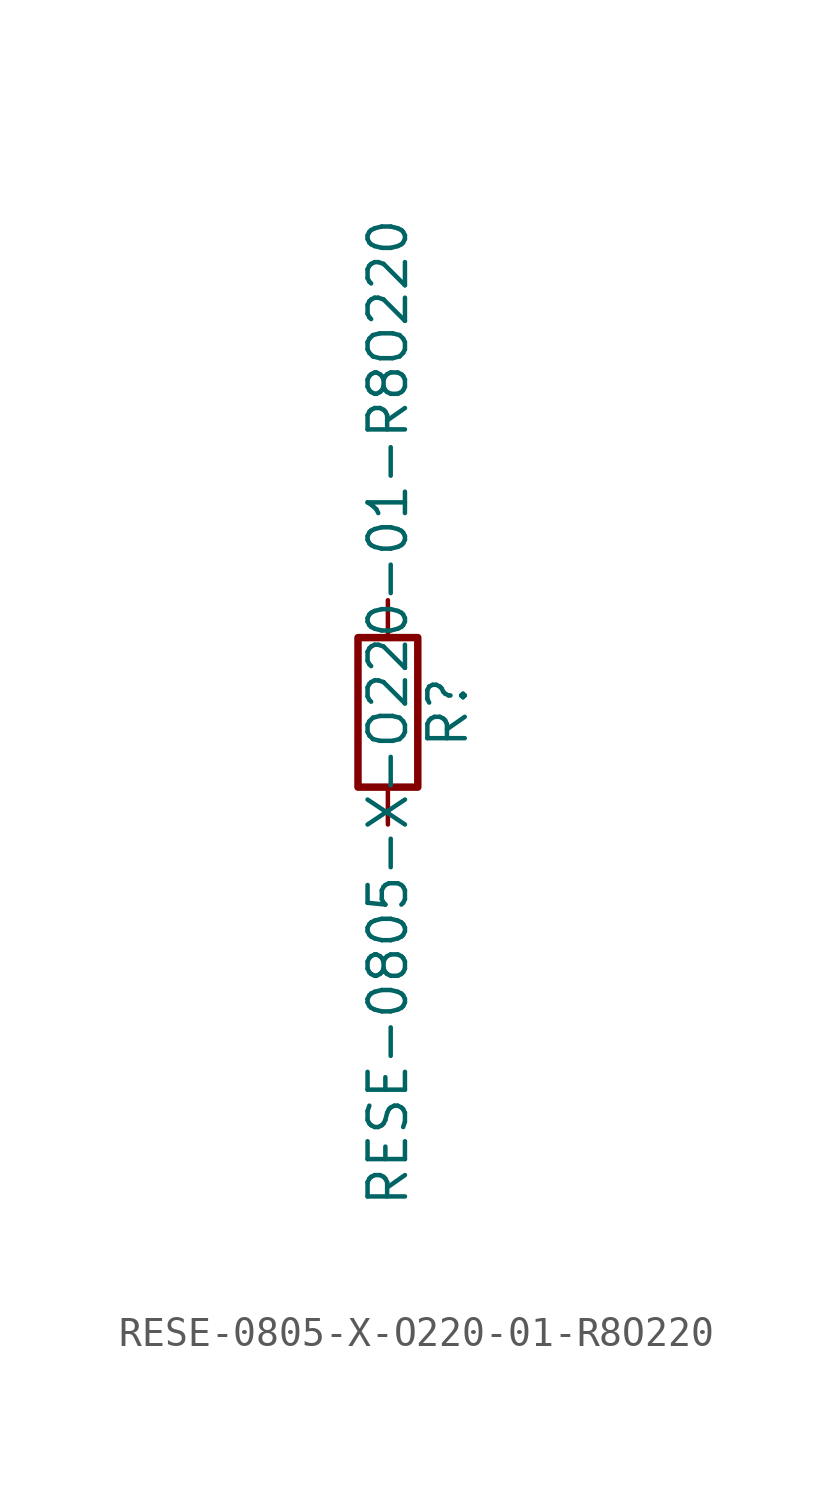
<source format=kicad_sym>
(kicad_symbol_lib
  (version 20211014)
  (generator kicad_symbol_editor)
  (symbol "RESE-0805-X-O220-01-R8O220"
    (pin_numbers hide)
    (pin_names
      (offset 0))
    (property "Reference" "R"
      (at 2.032 0 90)
      (effects (font (size 1.27 1.27))))
    (property "Value" "RESE-0805-X-O220-01-R8O220"
      (at 0 0 90)
      (effects (font (size 1.27 1.27))))
    (symbol "RESE-0805-X-O220-01-R8O220_0_1"
      (rectangle (start -1.016 -2.54) (end 1.016 2.54) (stroke (width 0.254) (type default) (color 0 0 0 0)) (fill (type none))))
    (symbol "RESE-0805-X-O220-01-R8O220_1_1"
      (pin passive line (at 0 3.81 270) (length 1.27) (name "~" (effects (font (size 1.27 1.27)))) (number "1" (effects (font (size 1.27 1.27)))))
      (pin passive line (at 0 -3.81 90) (length 1.27) (name "~" (effects (font (size 1.27 1.27)))) (number "2" (effects (font (size 1.27 1.27))))))))
</source>
